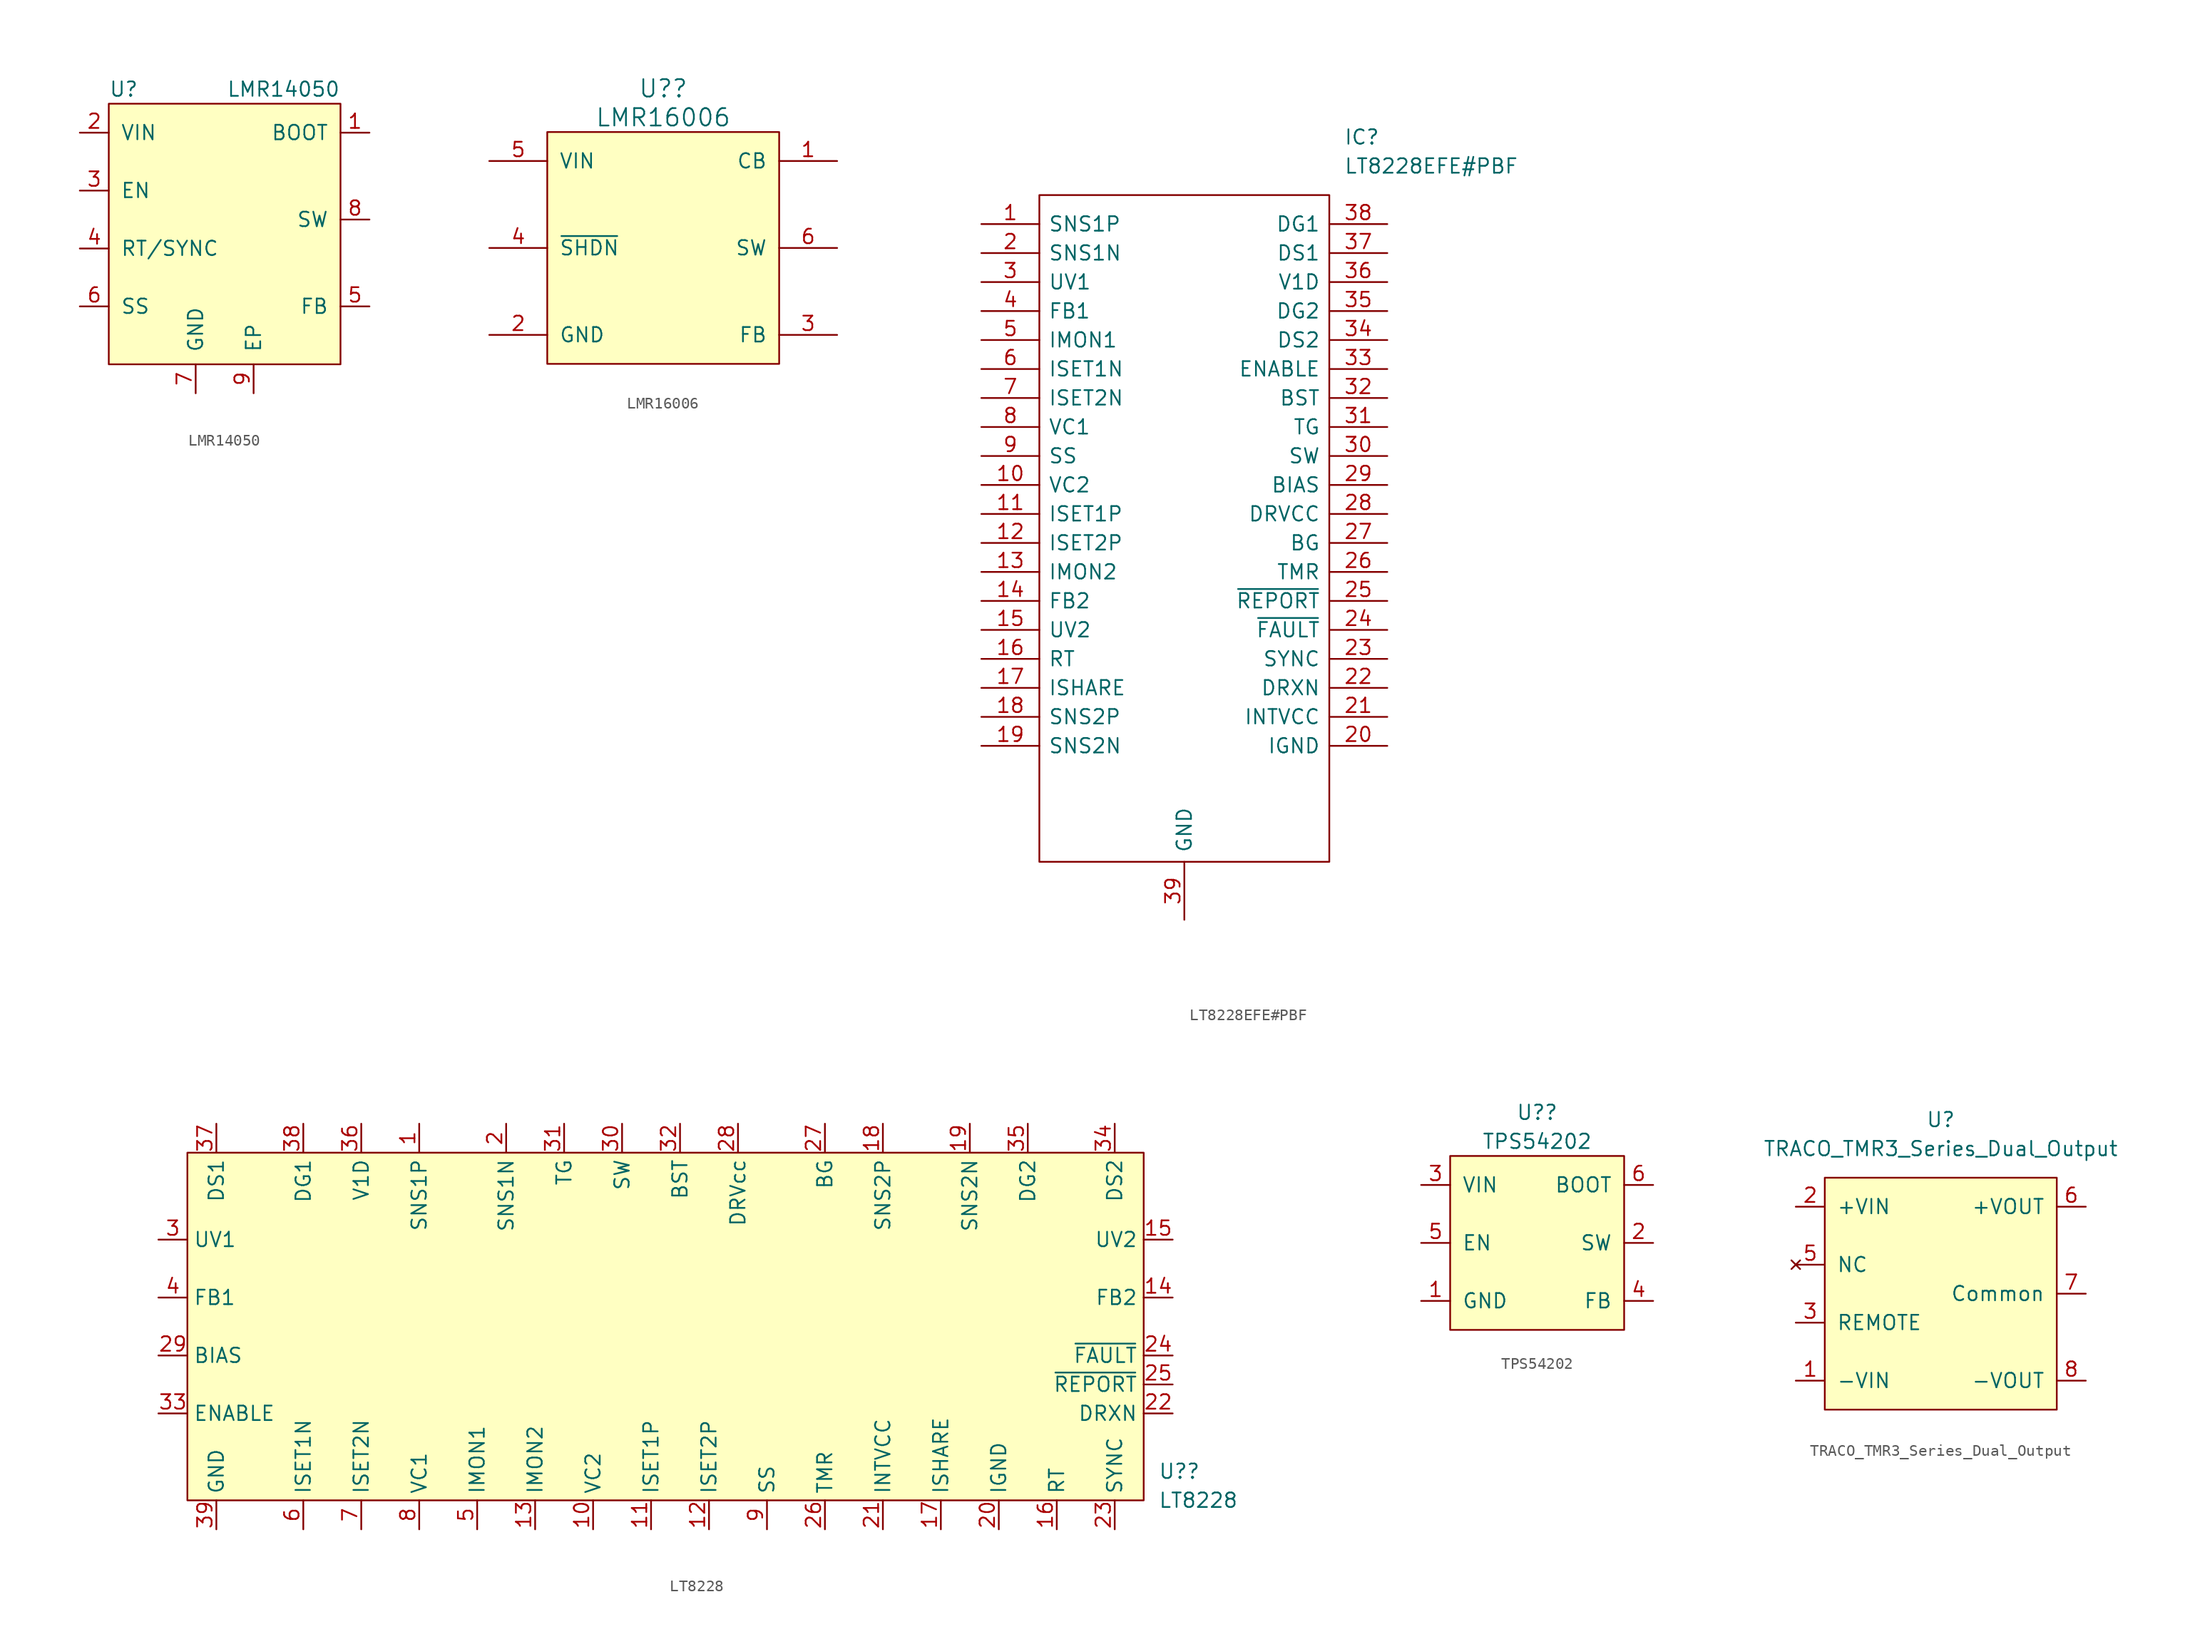
<source format=kicad_sym>
(kicad_symbol_lib
  (version 20211014)
  (generator kicad_symbol_editor)
  (symbol "LMR14050"
    (pin_names
      (offset 1.016))
    (property "Reference" "U"
      (at -10.16 11.43 0)
      (effects (font (size 1.27 1.27)) (justify left)))
    (property "Value" "LMR14050"
      (at 10.16 11.43 0)
      (effects (font (size 1.27 1.27)) (justify right)))
    (symbol "LMR14050_0_0"
      (pin passive line (at 12.7 7.62 180) (length 2.54) (name "BOOT" (effects (font (size 1.27 1.27)))) (number "1" (effects (font (size 1.27 1.27)))))
      (pin power_in line (at -12.7 7.62 0) (length 2.54) (name "VIN" (effects (font (size 1.27 1.27)))) (number "2" (effects (font (size 1.27 1.27)))))
      (pin input line (at -12.7 2.54 0) (length 2.54) (name "EN" (effects (font (size 1.27 1.27)))) (number "3" (effects (font (size 1.27 1.27)))))
      (pin passive line (at -12.7 -2.54 0) (length 2.54) (name "RT/SYNC" (effects (font (size 1.27 1.27)))) (number "4" (effects (font (size 1.27 1.27)))))
      (pin input line (at 12.7 -7.62 180) (length 2.54) (name "FB" (effects (font (size 1.27 1.27)))) (number "5" (effects (font (size 1.27 1.27)))))
      (pin passive line (at -12.7 -7.62 0) (length 2.54) (name "SS" (effects (font (size 1.27 1.27)))) (number "6" (effects (font (size 1.27 1.27)))))
      (pin power_in line (at -2.54 -15.24 90) (length 2.54) (name "GND" (effects (font (size 1.27 1.27)))) (number "7" (effects (font (size 1.27 1.27)))))
      (pin power_out line (at 12.7 0 180) (length 2.54) (name "SW" (effects (font (size 1.27 1.27)))) (number "8" (effects (font (size 1.27 1.27)))))
      (pin power_in line (at 2.54 -15.24 90) (length 2.54) (name "EP" (effects (font (size 1.27 1.27)))) (number "9" (effects (font (size 1.27 1.27))))))
    (symbol "LMR14050_0_1"
      (rectangle (start -10.16 10.16) (end 10.16 -12.7) (stroke (width 0) (type default) (color 0 0 0 0)) (fill (type background)))))
  (symbol "LMR16006"
    (pin_names
      (offset 1.016))
    (property "Reference" "U?"
      (at 0 13.97 0)
      (effects (font (size 1.524 1.524))))
    (property "Value" "LMR16006"
      (at 0 11.43 0)
      (effects (font (size 1.524 1.524))))
    (symbol "LMR16006_0_1"
      (rectangle (start 10.16 10.16) (end -10.16 -10.16) (stroke (width 0) (type default) (color 0 0 0 0)) (fill (type background))))
    (symbol "LMR16006_1_1"
      (pin output line (at 15.24 7.62 180) (length 5.08) (name "CB" (effects (font (size 1.27 1.27)))) (number "1" (effects (font (size 1.27 1.27)))))
      (pin power_in line (at -15.24 -7.62 0) (length 5.08) (name "GND" (effects (font (size 1.27 1.27)))) (number "2" (effects (font (size 1.27 1.27)))))
      (pin input line (at 15.24 -7.62 180) (length 5.08) (name "FB" (effects (font (size 1.27 1.27)))) (number "3" (effects (font (size 1.27 1.27)))))
      (pin input line (at -15.24 0 0) (length 5.08) (name "~{SHDN}" (effects (font (size 1.27 1.27)))) (number "4" (effects (font (size 1.27 1.27)))))
      (pin power_in line (at -15.24 7.62 0) (length 5.08) (name "VIN" (effects (font (size 1.27 1.27)))) (number "5" (effects (font (size 1.27 1.27)))))
      (pin power_out line (at 15.24 0 180) (length 5.08) (name "SW" (effects (font (size 1.27 1.27)))) (number "6" (effects (font (size 1.27 1.27)))))))
  (symbol "LT8228EFE#PBF"
    (pin_names
      (offset 0.762))
    (property "Reference" "IC"
      (at 31.75 7.62 0)
      (effects (font (size 1.27 1.27)) (justify left)))
    (property "Value" "LT8228EFE#PBF"
      (at 31.75 5.08 0)
      (effects (font (size 1.27 1.27)) (justify left)))
    (symbol "LT8228EFE#PBF_0_0"
      (pin passive line (at 0 0 0) (length 5.08) (name "SNS1P" (effects (font (size 1.27 1.27)))) (number "1" (effects (font (size 1.27 1.27)))))
      (pin passive line (at 0 -22.86 0) (length 5.08) (name "VC2" (effects (font (size 1.27 1.27)))) (number "10" (effects (font (size 1.27 1.27)))))
      (pin passive line (at 0 -25.4 0) (length 5.08) (name "ISET1P" (effects (font (size 1.27 1.27)))) (number "11" (effects (font (size 1.27 1.27)))))
      (pin passive line (at 0 -27.94 0) (length 5.08) (name "ISET2P" (effects (font (size 1.27 1.27)))) (number "12" (effects (font (size 1.27 1.27)))))
      (pin passive line (at 0 -30.48 0) (length 5.08) (name "IMON2" (effects (font (size 1.27 1.27)))) (number "13" (effects (font (size 1.27 1.27)))))
      (pin passive line (at 0 -33.02 0) (length 5.08) (name "FB2" (effects (font (size 1.27 1.27)))) (number "14" (effects (font (size 1.27 1.27)))))
      (pin passive line (at 0 -35.56 0) (length 5.08) (name "UV2" (effects (font (size 1.27 1.27)))) (number "15" (effects (font (size 1.27 1.27)))))
      (pin passive line (at 0 -38.1 0) (length 5.08) (name "RT" (effects (font (size 1.27 1.27)))) (number "16" (effects (font (size 1.27 1.27)))))
      (pin passive line (at 0 -40.64 0) (length 5.08) (name "ISHARE" (effects (font (size 1.27 1.27)))) (number "17" (effects (font (size 1.27 1.27)))))
      (pin passive line (at 0 -43.18 0) (length 5.08) (name "SNS2P" (effects (font (size 1.27 1.27)))) (number "18" (effects (font (size 1.27 1.27)))))
      (pin passive line (at 0 -45.72 0) (length 5.08) (name "SNS2N" (effects (font (size 1.27 1.27)))) (number "19" (effects (font (size 1.27 1.27)))))
      (pin passive line (at 0 -2.54 0) (length 5.08) (name "SNS1N" (effects (font (size 1.27 1.27)))) (number "2" (effects (font (size 1.27 1.27)))))
      (pin passive line (at 35.56 -45.72 180) (length 5.08) (name "IGND" (effects (font (size 1.27 1.27)))) (number "20" (effects (font (size 1.27 1.27)))))
      (pin passive line (at 35.56 -43.18 180) (length 5.08) (name "INTVCC" (effects (font (size 1.27 1.27)))) (number "21" (effects (font (size 1.27 1.27)))))
      (pin passive line (at 35.56 -40.64 180) (length 5.08) (name "DRXN" (effects (font (size 1.27 1.27)))) (number "22" (effects (font (size 1.27 1.27)))))
      (pin passive line (at 35.56 -38.1 180) (length 5.08) (name "SYNC" (effects (font (size 1.27 1.27)))) (number "23" (effects (font (size 1.27 1.27)))))
      (pin passive line (at 35.56 -35.56 180) (length 5.08) (name "~{FAULT}" (effects (font (size 1.27 1.27)))) (number "24" (effects (font (size 1.27 1.27)))))
      (pin passive line (at 35.56 -33.02 180) (length 5.08) (name "~{REPORT}" (effects (font (size 1.27 1.27)))) (number "25" (effects (font (size 1.27 1.27)))))
      (pin passive line (at 35.56 -30.48 180) (length 5.08) (name "TMR" (effects (font (size 1.27 1.27)))) (number "26" (effects (font (size 1.27 1.27)))))
      (pin passive line (at 35.56 -27.94 180) (length 5.08) (name "BG" (effects (font (size 1.27 1.27)))) (number "27" (effects (font (size 1.27 1.27)))))
      (pin passive line (at 35.56 -25.4 180) (length 5.08) (name "DRVCC" (effects (font (size 1.27 1.27)))) (number "28" (effects (font (size 1.27 1.27)))))
      (pin passive line (at 35.56 -22.86 180) (length 5.08) (name "BIAS" (effects (font (size 1.27 1.27)))) (number "29" (effects (font (size 1.27 1.27)))))
      (pin passive line (at 0 -5.08 0) (length 5.08) (name "UV1" (effects (font (size 1.27 1.27)))) (number "3" (effects (font (size 1.27 1.27)))))
      (pin passive line (at 35.56 -20.32 180) (length 5.08) (name "SW" (effects (font (size 1.27 1.27)))) (number "30" (effects (font (size 1.27 1.27)))))
      (pin passive line (at 35.56 -17.78 180) (length 5.08) (name "TG" (effects (font (size 1.27 1.27)))) (number "31" (effects (font (size 1.27 1.27)))))
      (pin passive line (at 35.56 -15.24 180) (length 5.08) (name "BST" (effects (font (size 1.27 1.27)))) (number "32" (effects (font (size 1.27 1.27)))))
      (pin passive line (at 35.56 -12.7 180) (length 5.08) (name "ENABLE" (effects (font (size 1.27 1.27)))) (number "33" (effects (font (size 1.27 1.27)))))
      (pin passive line (at 35.56 -10.16 180) (length 5.08) (name "DS2" (effects (font (size 1.27 1.27)))) (number "34" (effects (font (size 1.27 1.27)))))
      (pin passive line (at 35.56 -7.62 180) (length 5.08) (name "DG2" (effects (font (size 1.27 1.27)))) (number "35" (effects (font (size 1.27 1.27)))))
      (pin passive line (at 35.56 -5.08 180) (length 5.08) (name "V1D" (effects (font (size 1.27 1.27)))) (number "36" (effects (font (size 1.27 1.27)))))
      (pin passive line (at 35.56 -2.54 180) (length 5.08) (name "DS1" (effects (font (size 1.27 1.27)))) (number "37" (effects (font (size 1.27 1.27)))))
      (pin passive line (at 35.56 0 180) (length 5.08) (name "DG1" (effects (font (size 1.27 1.27)))) (number "38" (effects (font (size 1.27 1.27)))))
      (pin passive line (at 17.78 -60.96 90) (length 5.08) (name "GND" (effects (font (size 1.27 1.27)))) (number "39" (effects (font (size 1.27 1.27)))))
      (pin passive line (at 0 -7.62 0) (length 5.08) (name "FB1" (effects (font (size 1.27 1.27)))) (number "4" (effects (font (size 1.27 1.27)))))
      (pin passive line (at 0 -10.16 0) (length 5.08) (name "IMON1" (effects (font (size 1.27 1.27)))) (number "5" (effects (font (size 1.27 1.27)))))
      (pin passive line (at 0 -12.7 0) (length 5.08) (name "ISET1N" (effects (font (size 1.27 1.27)))) (number "6" (effects (font (size 1.27 1.27)))))
      (pin passive line (at 0 -15.24 0) (length 5.08) (name "ISET2N" (effects (font (size 1.27 1.27)))) (number "7" (effects (font (size 1.27 1.27)))))
      (pin passive line (at 0 -17.78 0) (length 5.08) (name "VC1" (effects (font (size 1.27 1.27)))) (number "8" (effects (font (size 1.27 1.27)))))
      (pin passive line (at 0 -20.32 0) (length 5.08) (name "SS" (effects (font (size 1.27 1.27)))) (number "9" (effects (font (size 1.27 1.27))))))
    (symbol "LT8228EFE#PBF_0_1"
      (polyline (pts (xy 5.08 2.54) (xy 30.48 2.54) (xy 30.48 -55.88) (xy 5.08 -55.88) (xy 5.08 2.54)) (stroke (width 0.152) (type default) (color 0 0 0 0)) (fill (type none)))))
  (symbol "LT8228"
    (property "Reference" "U?"
      (at 59.69 -27.94 0)
      (effects (font (size 1.27 1.27)) (justify left)))
    (property "Value" "LT8228"
      (at 59.69 -30.48 0)
      (effects (font (size 1.27 1.27)) (justify left)))
    (symbol "LT8228_0_0"
      (pin passive line (at -5.08 2.54 270) (length 2.54) (name "SNS1P" (effects (font (size 1.27 1.27)))) (number "1" (effects (font (size 1.27 1.27)))))
      (pin passive line (at 10.16 -33.02 90) (length 2.54) (name "VC2" (effects (font (size 1.27 1.27)))) (number "10" (effects (font (size 1.27 1.27)))))
      (pin passive line (at 15.24 -33.02 90) (length 2.54) (name "ISET1P" (effects (font (size 1.27 1.27)))) (number "11" (effects (font (size 1.27 1.27)))))
      (pin passive line (at 20.32 -33.02 90) (length 2.54) (name "ISET2P" (effects (font (size 1.27 1.27)))) (number "12" (effects (font (size 1.27 1.27)))))
      (pin passive line (at 5.08 -33.02 90) (length 2.54) (name "IMON2" (effects (font (size 1.27 1.27)))) (number "13" (effects (font (size 1.27 1.27)))))
      (pin passive line (at 60.96 -12.7 180) (length 2.54) (name "FB2" (effects (font (size 1.27 1.27)))) (number "14" (effects (font (size 1.27 1.27)))))
      (pin passive line (at 60.96 -7.62 180) (length 2.54) (name "UV2" (effects (font (size 1.27 1.27)))) (number "15" (effects (font (size 1.27 1.27)))))
      (pin passive line (at 50.8 -33.02 90) (length 2.54) (name "RT" (effects (font (size 1.27 1.27)))) (number "16" (effects (font (size 1.27 1.27)))))
      (pin passive line (at 40.64 -33.02 90) (length 2.54) (name "ISHARE" (effects (font (size 1.27 1.27)))) (number "17" (effects (font (size 1.27 1.27)))))
      (pin passive line (at 35.56 2.54 270) (length 2.54) (name "SNS2P" (effects (font (size 1.27 1.27)))) (number "18" (effects (font (size 1.27 1.27)))))
      (pin passive line (at 43.18 2.54 270) (length 2.54) (name "SNS2N" (effects (font (size 1.27 1.27)))) (number "19" (effects (font (size 1.27 1.27)))))
      (pin passive line (at 2.54 2.54 270) (length 2.54) (name "SNS1N" (effects (font (size 1.27 1.27)))) (number "2" (effects (font (size 1.27 1.27)))))
      (pin passive line (at 45.72 -33.02 90) (length 2.54) (name "IGND" (effects (font (size 1.27 1.27)))) (number "20" (effects (font (size 1.27 1.27)))))
      (pin passive line (at 35.56 -33.02 90) (length 2.54) (name "INTVCC" (effects (font (size 1.27 1.27)))) (number "21" (effects (font (size 1.27 1.27)))))
      (pin passive line (at 60.96 -22.86 180) (length 2.54) (name "DRXN" (effects (font (size 1.27 1.27)))) (number "22" (effects (font (size 1.27 1.27)))))
      (pin passive line (at 55.88 -33.02 90) (length 2.54) (name "SYNC" (effects (font (size 1.27 1.27)))) (number "23" (effects (font (size 1.27 1.27)))))
      (pin passive line (at 60.96 -17.78 180) (length 2.54) (name "~{FAULT}" (effects (font (size 1.27 1.27)))) (number "24" (effects (font (size 1.27 1.27)))))
      (pin passive line (at 60.96 -20.32 180) (length 2.54) (name "~{REPORT}" (effects (font (size 1.27 1.27)))) (number "25" (effects (font (size 1.27 1.27)))))
      (pin passive line (at 30.48 -33.02 90) (length 2.54) (name "TMR" (effects (font (size 1.27 1.27)))) (number "26" (effects (font (size 1.27 1.27)))))
      (pin passive line (at 30.48 2.54 270) (length 2.54) (name "BG" (effects (font (size 1.27 1.27)))) (number "27" (effects (font (size 1.27 1.27)))))
      (pin passive line (at 22.86 2.54 270) (length 2.54) (name "DRVcc" (effects (font (size 1.27 1.27)))) (number "28" (effects (font (size 1.27 1.27)))))
      (pin passive line (at -27.94 -17.78 0) (length 2.54) (name "BIAS" (effects (font (size 1.27 1.27)))) (number "29" (effects (font (size 1.27 1.27)))))
      (pin passive line (at -27.94 -7.62 0) (length 2.54) (name "UV1" (effects (font (size 1.27 1.27)))) (number "3" (effects (font (size 1.27 1.27)))))
      (pin passive line (at 12.7 2.54 270) (length 2.54) (name "SW" (effects (font (size 1.27 1.27)))) (number "30" (effects (font (size 1.27 1.27)))))
      (pin passive line (at 7.62 2.54 270) (length 2.54) (name "TG" (effects (font (size 1.27 1.27)))) (number "31" (effects (font (size 1.27 1.27)))))
      (pin passive line (at 17.78 2.54 270) (length 2.54) (name "BST" (effects (font (size 1.27 1.27)))) (number "32" (effects (font (size 1.27 1.27)))))
      (pin passive line (at -27.94 -22.86 0) (length 2.54) (name "ENABLE" (effects (font (size 1.27 1.27)))) (number "33" (effects (font (size 1.27 1.27)))))
      (pin passive line (at 55.88 2.54 270) (length 2.54) (name "DS2" (effects (font (size 1.27 1.27)))) (number "34" (effects (font (size 1.27 1.27)))))
      (pin passive line (at 48.26 2.54 270) (length 2.54) (name "DG2" (effects (font (size 1.27 1.27)))) (number "35" (effects (font (size 1.27 1.27)))))
      (pin passive line (at -10.16 2.54 270) (length 2.54) (name "V1D" (effects (font (size 1.27 1.27)))) (number "36" (effects (font (size 1.27 1.27)))))
      (pin passive line (at -22.86 2.54 270) (length 2.54) (name "DS1" (effects (font (size 1.27 1.27)))) (number "37" (effects (font (size 1.27 1.27)))))
      (pin passive line (at -15.24 2.54 270) (length 2.54) (name "DG1" (effects (font (size 1.27 1.27)))) (number "38" (effects (font (size 1.27 1.27)))))
      (pin passive line (at -22.86 -33.02 90) (length 2.54) (name "GND" (effects (font (size 1.27 1.27)))) (number "39" (effects (font (size 1.27 1.27)))))
      (pin passive line (at -27.94 -12.7 0) (length 2.54) (name "FB1" (effects (font (size 1.27 1.27)))) (number "4" (effects (font (size 1.27 1.27)))))
      (pin passive line (at 0 -33.02 90) (length 2.54) (name "IMON1" (effects (font (size 1.27 1.27)))) (number "5" (effects (font (size 1.27 1.27)))))
      (pin passive line (at -15.24 -33.02 90) (length 2.54) (name "ISET1N" (effects (font (size 1.27 1.27)))) (number "6" (effects (font (size 1.27 1.27)))))
      (pin passive line (at -10.16 -33.02 90) (length 2.54) (name "ISET2N" (effects (font (size 1.27 1.27)))) (number "7" (effects (font (size 1.27 1.27)))))
      (pin passive line (at -5.08 -33.02 90) (length 2.54) (name "VC1" (effects (font (size 1.27 1.27)))) (number "8" (effects (font (size 1.27 1.27)))))
      (pin passive line (at 25.4 -33.02 90) (length 2.54) (name "SS" (effects (font (size 1.27 1.27)))) (number "9" (effects (font (size 1.27 1.27))))))
    (symbol "LT8228_0_1"
      (rectangle (start -25.4 0) (end 58.42 -30.48) (stroke (width 0) (type default) (color 0 0 0 0)) (fill (type background)))))
  (symbol "TPS54202"
    (pin_names
      (offset 1.016))
    (property "Reference" "U?"
      (at 0 11.43 0)
      (effects (font (size 1.27 1.27))))
    (property "Value" "TPS54202"
      (at 0 8.89 0)
      (effects (font (size 1.27 1.27))))
    (symbol "TPS54202_0_1"
      (rectangle (start -7.62 7.62) (end 7.62 -7.62) (stroke (width 0) (type default) (color 0 0 0 0)) (fill (type background))))
    (symbol "TPS54202_1_1"
      (pin power_in line (at -10.16 -5.08 0) (length 2.54) (name "GND" (effects (font (size 1.27 1.27)))) (number "1" (effects (font (size 1.27 1.27)))))
      (pin output line (at 10.16 0 180) (length 2.54) (name "SW" (effects (font (size 1.27 1.27)))) (number "2" (effects (font (size 1.27 1.27)))))
      (pin power_in line (at -10.16 5.08 0) (length 2.54) (name "VIN" (effects (font (size 1.27 1.27)))) (number "3" (effects (font (size 1.27 1.27)))))
      (pin input line (at 10.16 -5.08 180) (length 2.54) (name "FB" (effects (font (size 1.27 1.27)))) (number "4" (effects (font (size 1.27 1.27)))))
      (pin input line (at -10.16 0 0) (length 2.54) (name "EN" (effects (font (size 1.27 1.27)))) (number "5" (effects (font (size 1.27 1.27)))))
      (pin output line (at 10.16 5.08 180) (length 2.54) (name "BOOT" (effects (font (size 1.27 1.27)))) (number "6" (effects (font (size 1.27 1.27)))))))
  (symbol "TRACO_TMR3_Series_Dual_Output"
    (pin_names
      (offset 1.016))
    (property "Reference" "U"
      (at 0 15.24 0)
      (effects (font (size 1.27 1.27))))
    (property "Value" "TRACO_TMR3_Series_Dual_Output"
      (at 0 12.7 0)
      (effects (font (size 1.27 1.27))))
    (symbol "TRACO_TMR3_Series_Dual_Output_0_0"
      (pin power_in line (at -12.7 -7.62 0) (length 2.54) (name "-VIN" (effects (font (size 1.27 1.27)))) (number "1" (effects (font (size 1.27 1.27)))))
      (pin power_in line (at -12.7 7.62 0) (length 2.54) (name "+VIN" (effects (font (size 1.27 1.27)))) (number "2" (effects (font (size 1.27 1.27)))))
      (pin input line (at -12.7 -2.54 0) (length 2.54) (name "REMOTE" (effects (font (size 1.27 1.27)))) (number "3" (effects (font (size 1.27 1.27)))))
      (pin no_connect line (at -12.7 2.54 0) (length 2.54) (name "NC" (effects (font (size 1.27 1.27)))) (number "5" (effects (font (size 1.27 1.27)))))
      (pin power_out line (at 12.7 7.62 180) (length 2.54) (name "+VOUT" (effects (font (size 1.27 1.27)))) (number "6" (effects (font (size 1.27 1.27)))))
      (pin passive line (at 12.7 0 180) (length 2.54) (name "Common" (effects (font (size 1.27 1.27)))) (number "7" (effects (font (size 1.27 1.27)))))
      (pin power_out line (at 12.7 -7.62 180) (length 2.54) (name "-VOUT" (effects (font (size 1.27 1.27)))) (number "8" (effects (font (size 1.27 1.27))))))
    (symbol "TRACO_TMR3_Series_Dual_Output_0_1"
      (rectangle (start -10.16 10.16) (end 10.16 -10.16) (stroke (width 0) (type default) (color 0 0 0 0)) (fill (type background))))))
</source>
